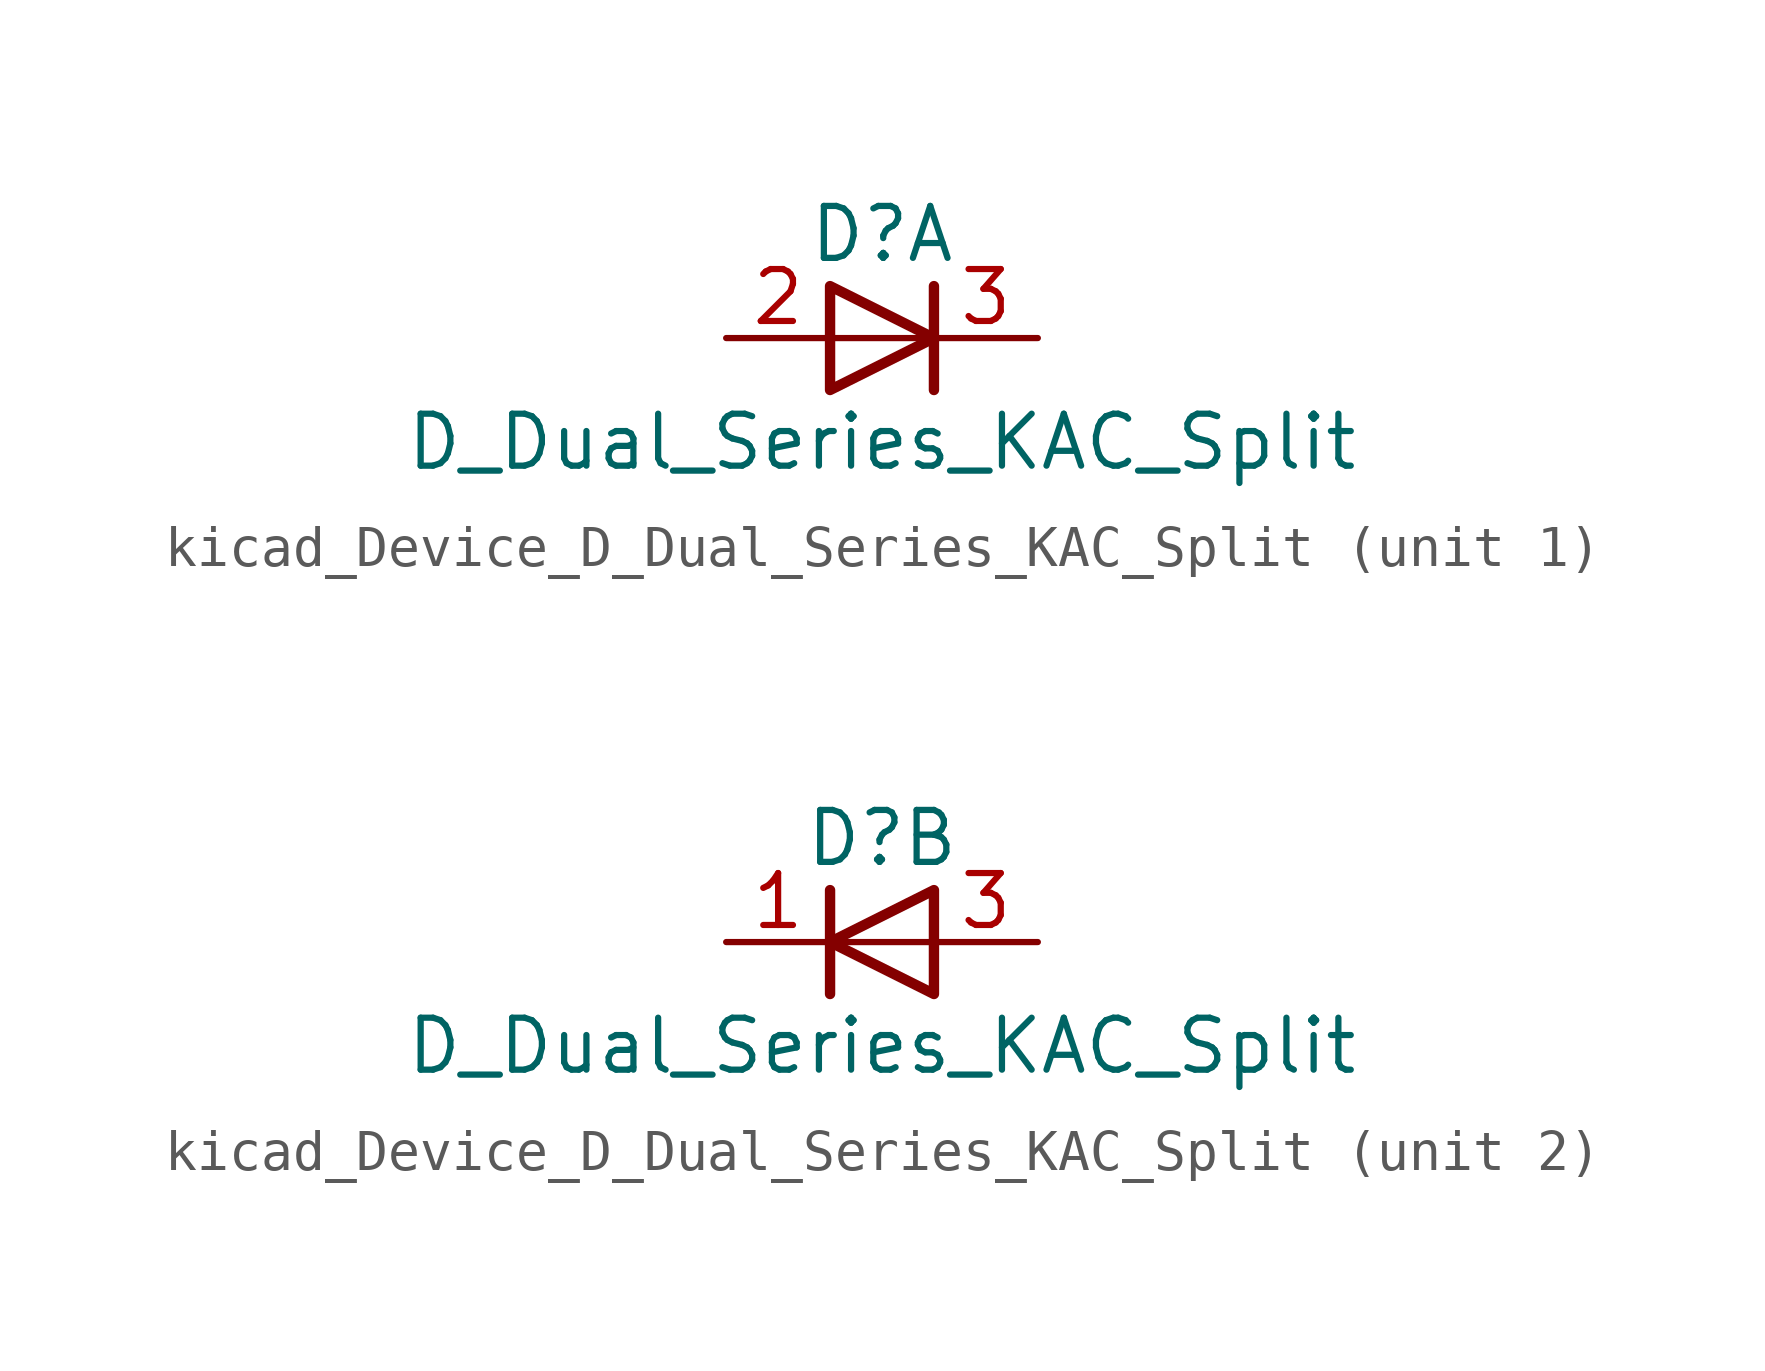
<source format=kicad_sym>
(kicad_symbol_lib
  (version 20220914)
  (generator kicad_symbol_editor)
  (symbol "kicad_Device_D_Dual_Series_KAC_Split"
    (pin_names
      (offset 0.762) hide)
    (property "Reference" "D"
      (at 0 2.54 0)
      (effects (font (size 1.27 1.27))))
    (property "Value" "D_Dual_Series_KAC_Split"
      (at 0 -2.54 0)
      (effects (font (size 1.27 1.27))))
    (property "ki_locked" ""
      (at 0 0 0)
      (effects (font (size 1.27 1.27))))
    (symbol "kicad_Device_D_Dual_Series_KAC_Split_0_1"
      (pin passive line (at 3.81 0 180) (length 2.54) (name "K" (effects (font (size 1.27 1.27)))) (number "3" (effects (font (size 1.27 1.27))))))
    (symbol "kicad_Device_D_Dual_Series_KAC_Split_1_0"
      (polyline (pts (xy 1.27 1.27) (xy 1.27 -1.27)) (stroke (width 0.254) (type default)) (fill (type none))))
    (symbol "kicad_Device_D_Dual_Series_KAC_Split_1_1"
      (polyline (pts (xy 1.27 0) (xy -1.27 0)) (stroke (width 0) (type default)) (fill (type none)))
      (polyline (pts (xy -1.27 1.27) (xy 1.27 0) (xy -1.27 -1.27) (xy -1.27 1.27) (xy -1.27 1.27) (xy -1.27 1.27)) (stroke (width 0.254) (type default)) (fill (type none)))
      (pin passive line (at -3.81 0 0) (length 2.54) (name "A" (effects (font (size 1.27 1.27)))) (number "2" (effects (font (size 1.27 1.27))))))
    (symbol "kicad_Device_D_Dual_Series_KAC_Split_2_0"
      (polyline (pts (xy -1.27 1.27) (xy -1.27 -1.27)) (stroke (width 0.254) (type default)) (fill (type none))))
    (symbol "kicad_Device_D_Dual_Series_KAC_Split_2_1"
      (polyline (pts (xy -1.27 0) (xy 1.27 0)) (stroke (width 0) (type default)) (fill (type none)))
      (polyline (pts (xy 1.27 1.27) (xy -1.27 0) (xy 1.27 -1.27) (xy 1.27 1.27) (xy 1.27 1.27) (xy 1.27 1.27)) (stroke (width 0.254) (type default)) (fill (type none)))
      (pin passive line (at -3.81 0 0) (length 2.54) (name "K" (effects (font (size 1.27 1.27)))) (number "1" (effects (font (size 1.27 1.27))))))))
</source>
